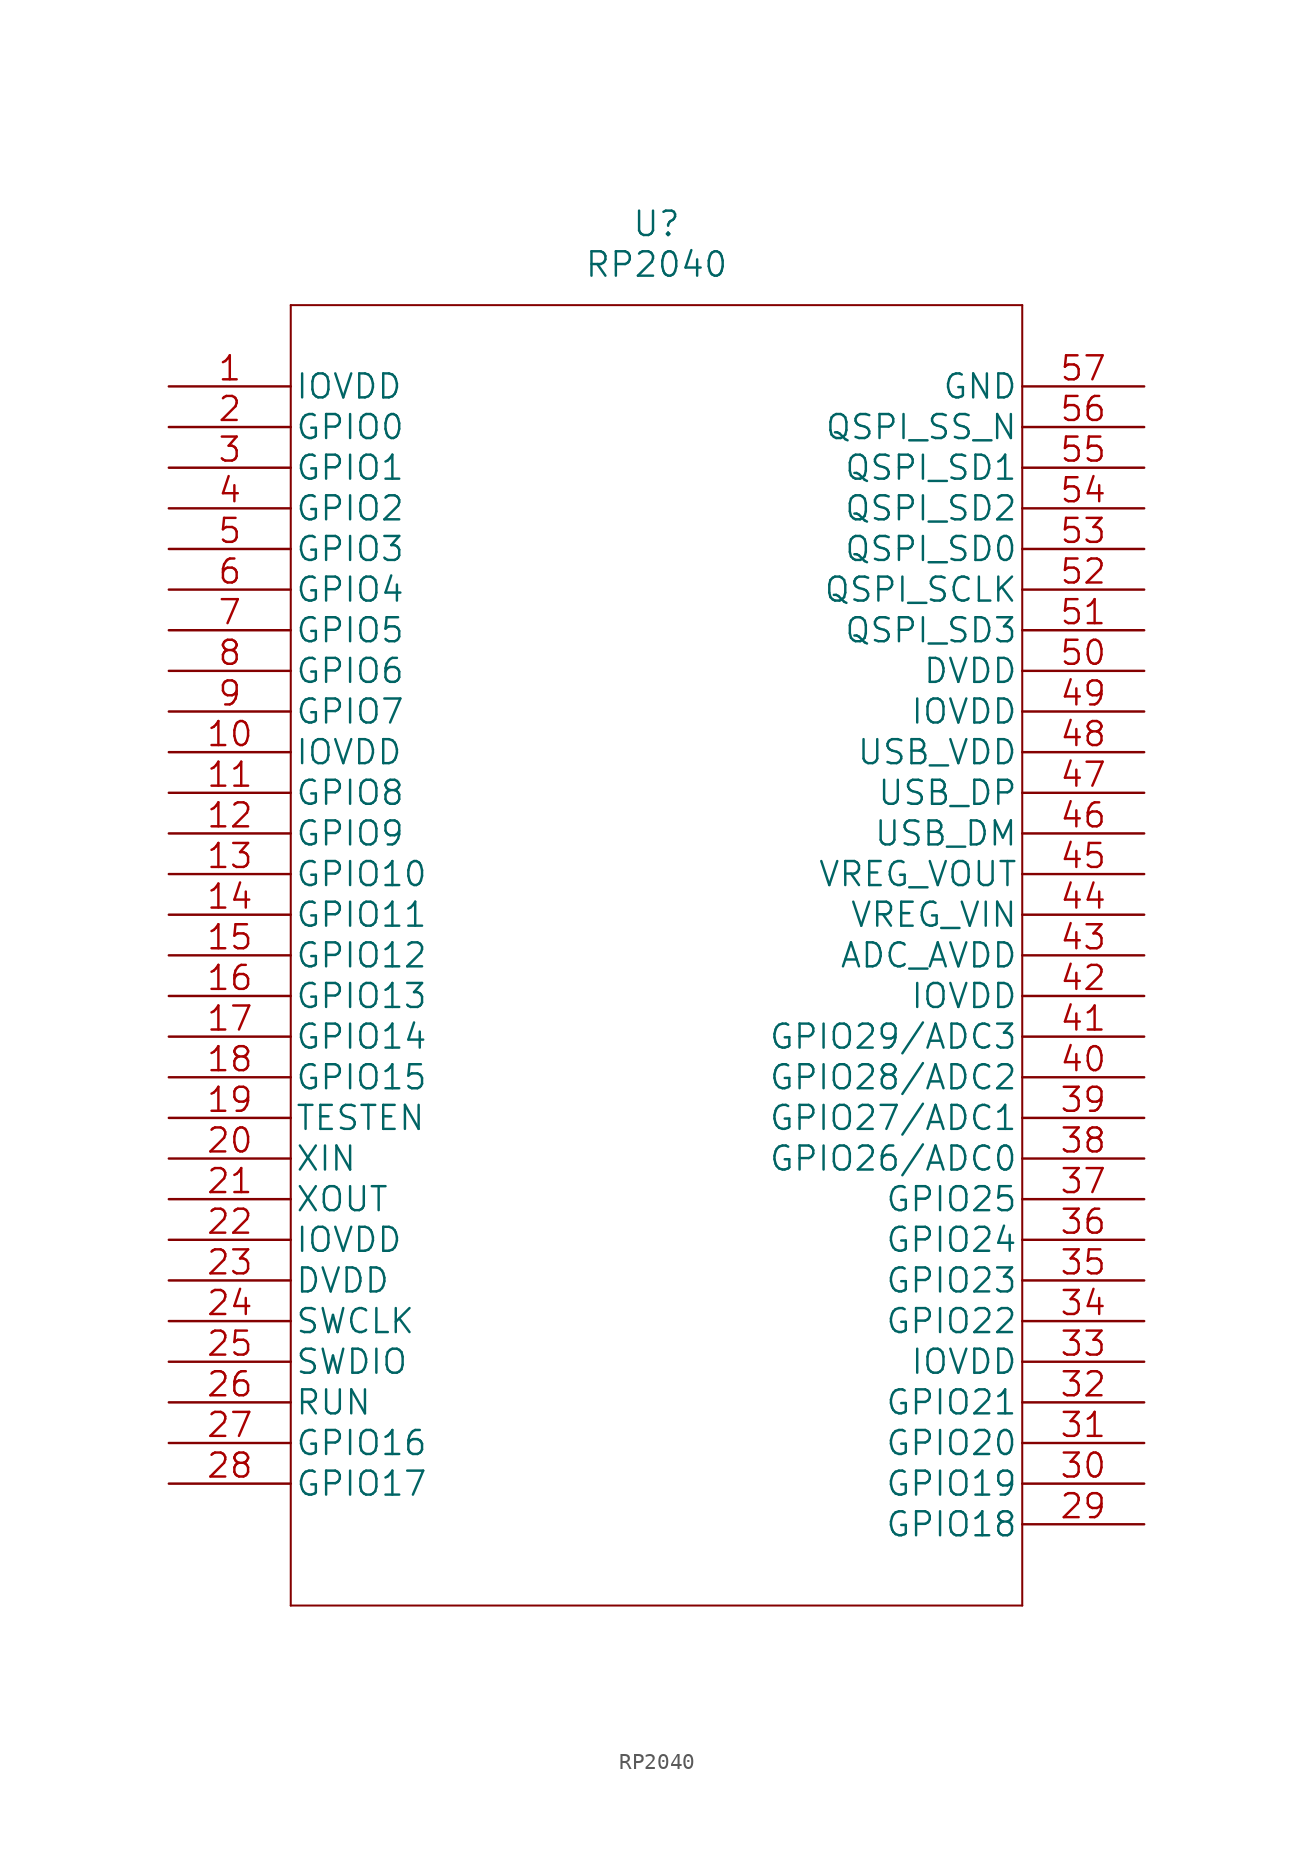
<source format=kicad_sym>
(kicad_symbol_lib
  (version 20211014)
  (generator kicad_symbol_editor)
  (symbol "RP2040"
    (pin_names
      (offset 0.254))
    (property "Reference" "U"
      (at 30.48 10.16 0)
      (effects (font (size 1.524 1.524))))
    (property "Value" "RP2040"
      (at 30.48 7.62 0)
      (effects (font (size 1.524 1.524))))
    (property "Datasheet" ""
      (at 0 0 0)
      (effects (font (size 1.524 1.524))))
    (property "ki_locked" ""
      (at 0 0 0)
      (effects (font (size 1.27 1.27))))
    (symbol "RP2040_1_1"
      (polyline (pts (xy 7.62 -76.2) (xy 53.34 -76.2)) (stroke (width 0.127) (type default) (color 0 0 0 0)) (fill (type none)))
      (polyline (pts (xy 7.62 5.08) (xy 7.62 -76.2)) (stroke (width 0.127) (type default) (color 0 0 0 0)) (fill (type none)))
      (polyline (pts (xy 53.34 -76.2) (xy 53.34 5.08)) (stroke (width 0.127) (type default) (color 0 0 0 0)) (fill (type none)))
      (polyline (pts (xy 53.34 5.08) (xy 7.62 5.08)) (stroke (width 0.127) (type default) (color 0 0 0 0)) (fill (type none)))
      (pin power_in line (at 0 0 0) (length 7.62) (name "IOVDD" (effects (font (size 1.499 1.499)))) (number "1" (effects (font (size 1.499 1.499)))))
      (pin power_in line (at 0 -22.86 0) (length 7.62) (name "IOVDD" (effects (font (size 1.499 1.499)))) (number "10" (effects (font (size 1.499 1.499)))))
      (pin bidirectional line (at 0 -25.4 0) (length 7.62) (name "GPIO8" (effects (font (size 1.499 1.499)))) (number "11" (effects (font (size 1.499 1.499)))))
      (pin bidirectional line (at 0 -27.94 0) (length 7.62) (name "GPIO9" (effects (font (size 1.499 1.499)))) (number "12" (effects (font (size 1.499 1.499)))))
      (pin bidirectional line (at 0 -30.48 0) (length 7.62) (name "GPIO10" (effects (font (size 1.499 1.499)))) (number "13" (effects (font (size 1.499 1.499)))))
      (pin bidirectional line (at 0 -33.02 0) (length 7.62) (name "GPIO11" (effects (font (size 1.499 1.499)))) (number "14" (effects (font (size 1.499 1.499)))))
      (pin bidirectional line (at 0 -35.56 0) (length 7.62) (name "GPIO12" (effects (font (size 1.499 1.499)))) (number "15" (effects (font (size 1.499 1.499)))))
      (pin bidirectional line (at 0 -38.1 0) (length 7.62) (name "GPIO13" (effects (font (size 1.499 1.499)))) (number "16" (effects (font (size 1.499 1.499)))))
      (pin bidirectional line (at 0 -40.64 0) (length 7.62) (name "GPIO14" (effects (font (size 1.499 1.499)))) (number "17" (effects (font (size 1.499 1.499)))))
      (pin bidirectional line (at 0 -43.18 0) (length 7.62) (name "GPIO15" (effects (font (size 1.499 1.499)))) (number "18" (effects (font (size 1.499 1.499)))))
      (pin input line (at 0 -45.72 0) (length 7.62) (name "TESTEN" (effects (font (size 1.499 1.499)))) (number "19" (effects (font (size 1.499 1.499)))))
      (pin bidirectional line (at 0 -2.54 0) (length 7.62) (name "GPIO0" (effects (font (size 1.499 1.499)))) (number "2" (effects (font (size 1.499 1.499)))))
      (pin input line (at 0 -48.26 0) (length 7.62) (name "XIN" (effects (font (size 1.499 1.499)))) (number "20" (effects (font (size 1.499 1.499)))))
      (pin output line (at 0 -50.8 0) (length 7.62) (name "XOUT" (effects (font (size 1.499 1.499)))) (number "21" (effects (font (size 1.499 1.499)))))
      (pin power_in line (at 0 -53.34 0) (length 7.62) (name "IOVDD" (effects (font (size 1.499 1.499)))) (number "22" (effects (font (size 1.499 1.499)))))
      (pin power_in line (at 0 -55.88 0) (length 7.62) (name "DVDD" (effects (font (size 1.499 1.499)))) (number "23" (effects (font (size 1.499 1.499)))))
      (pin input line (at 0 -58.42 0) (length 7.62) (name "SWCLK" (effects (font (size 1.499 1.499)))) (number "24" (effects (font (size 1.499 1.499)))))
      (pin bidirectional line (at 0 -60.96 0) (length 7.62) (name "SWDIO" (effects (font (size 1.499 1.499)))) (number "25" (effects (font (size 1.499 1.499)))))
      (pin input line (at 0 -63.5 0) (length 7.62) (name "RUN" (effects (font (size 1.499 1.499)))) (number "26" (effects (font (size 1.499 1.499)))))
      (pin bidirectional line (at 0 -66.04 0) (length 7.62) (name "GPIO16" (effects (font (size 1.499 1.499)))) (number "27" (effects (font (size 1.499 1.499)))))
      (pin bidirectional line (at 0 -68.58 0) (length 7.62) (name "GPIO17" (effects (font (size 1.499 1.499)))) (number "28" (effects (font (size 1.499 1.499)))))
      (pin bidirectional line (at 60.96 -71.12 180) (length 7.62) (name "GPIO18" (effects (font (size 1.499 1.499)))) (number "29" (effects (font (size 1.499 1.499)))))
      (pin bidirectional line (at 0 -5.08 0) (length 7.62) (name "GPIO1" (effects (font (size 1.499 1.499)))) (number "3" (effects (font (size 1.499 1.499)))))
      (pin bidirectional line (at 60.96 -68.58 180) (length 7.62) (name "GPIO19" (effects (font (size 1.499 1.499)))) (number "30" (effects (font (size 1.499 1.499)))))
      (pin bidirectional line (at 60.96 -66.04 180) (length 7.62) (name "GPIO20" (effects (font (size 1.499 1.499)))) (number "31" (effects (font (size 1.499 1.499)))))
      (pin bidirectional line (at 60.96 -63.5 180) (length 7.62) (name "GPIO21" (effects (font (size 1.499 1.499)))) (number "32" (effects (font (size 1.499 1.499)))))
      (pin power_in line (at 60.96 -60.96 180) (length 7.62) (name "IOVDD" (effects (font (size 1.499 1.499)))) (number "33" (effects (font (size 1.499 1.499)))))
      (pin bidirectional line (at 60.96 -58.42 180) (length 7.62) (name "GPIO22" (effects (font (size 1.499 1.499)))) (number "34" (effects (font (size 1.499 1.499)))))
      (pin bidirectional line (at 60.96 -55.88 180) (length 7.62) (name "GPIO23" (effects (font (size 1.499 1.499)))) (number "35" (effects (font (size 1.499 1.499)))))
      (pin bidirectional line (at 60.96 -53.34 180) (length 7.62) (name "GPIO24" (effects (font (size 1.499 1.499)))) (number "36" (effects (font (size 1.499 1.499)))))
      (pin bidirectional line (at 60.96 -50.8 180) (length 7.62) (name "GPIO25" (effects (font (size 1.499 1.499)))) (number "37" (effects (font (size 1.499 1.499)))))
      (pin bidirectional line (at 60.96 -48.26 180) (length 7.62) (name "GPIO26/ADC0" (effects (font (size 1.499 1.499)))) (number "38" (effects (font (size 1.499 1.499)))))
      (pin bidirectional line (at 60.96 -45.72 180) (length 7.62) (name "GPIO27/ADC1" (effects (font (size 1.499 1.499)))) (number "39" (effects (font (size 1.499 1.499)))))
      (pin bidirectional line (at 0 -7.62 0) (length 7.62) (name "GPIO2" (effects (font (size 1.499 1.499)))) (number "4" (effects (font (size 1.499 1.499)))))
      (pin bidirectional line (at 60.96 -43.18 180) (length 7.62) (name "GPIO28/ADC2" (effects (font (size 1.499 1.499)))) (number "40" (effects (font (size 1.499 1.499)))))
      (pin bidirectional line (at 60.96 -40.64 180) (length 7.62) (name "GPIO29/ADC3" (effects (font (size 1.499 1.499)))) (number "41" (effects (font (size 1.499 1.499)))))
      (pin power_in line (at 60.96 -38.1 180) (length 7.62) (name "IOVDD" (effects (font (size 1.499 1.499)))) (number "42" (effects (font (size 1.499 1.499)))))
      (pin power_in line (at 60.96 -35.56 180) (length 7.62) (name "ADC_AVDD" (effects (font (size 1.499 1.499)))) (number "43" (effects (font (size 1.499 1.499)))))
      (pin power_in line (at 60.96 -33.02 180) (length 7.62) (name "VREG_VIN" (effects (font (size 1.499 1.499)))) (number "44" (effects (font (size 1.499 1.499)))))
      (pin power_out line (at 60.96 -30.48 180) (length 7.62) (name "VREG_VOUT" (effects (font (size 1.499 1.499)))) (number "45" (effects (font (size 1.499 1.499)))))
      (pin bidirectional line (at 60.96 -27.94 180) (length 7.62) (name "USB_DM" (effects (font (size 1.499 1.499)))) (number "46" (effects (font (size 1.499 1.499)))))
      (pin bidirectional line (at 60.96 -25.4 180) (length 7.62) (name "USB_DP" (effects (font (size 1.499 1.499)))) (number "47" (effects (font (size 1.499 1.499)))))
      (pin power_in line (at 60.96 -22.86 180) (length 7.62) (name "USB_VDD" (effects (font (size 1.499 1.499)))) (number "48" (effects (font (size 1.499 1.499)))))
      (pin power_in line (at 60.96 -20.32 180) (length 7.62) (name "IOVDD" (effects (font (size 1.499 1.499)))) (number "49" (effects (font (size 1.499 1.499)))))
      (pin bidirectional line (at 0 -10.16 0) (length 7.62) (name "GPIO3" (effects (font (size 1.499 1.499)))) (number "5" (effects (font (size 1.499 1.499)))))
      (pin power_in line (at 60.96 -17.78 180) (length 7.62) (name "DVDD" (effects (font (size 1.499 1.499)))) (number "50" (effects (font (size 1.499 1.499)))))
      (pin bidirectional line (at 60.96 -15.24 180) (length 7.62) (name "QSPI_SD3" (effects (font (size 1.499 1.499)))) (number "51" (effects (font (size 1.499 1.499)))))
      (pin bidirectional line (at 60.96 -12.7 180) (length 7.62) (name "QSPI_SCLK" (effects (font (size 1.499 1.499)))) (number "52" (effects (font (size 1.499 1.499)))))
      (pin bidirectional line (at 60.96 -10.16 180) (length 7.62) (name "QSPI_SD0" (effects (font (size 1.499 1.499)))) (number "53" (effects (font (size 1.499 1.499)))))
      (pin bidirectional line (at 60.96 -7.62 180) (length 7.62) (name "QSPI_SD2" (effects (font (size 1.499 1.499)))) (number "54" (effects (font (size 1.499 1.499)))))
      (pin bidirectional line (at 60.96 -5.08 180) (length 7.62) (name "QSPI_SD1" (effects (font (size 1.499 1.499)))) (number "55" (effects (font (size 1.499 1.499)))))
      (pin bidirectional line (at 60.96 -2.54 180) (length 7.62) (name "QSPI_SS_N" (effects (font (size 1.499 1.499)))) (number "56" (effects (font (size 1.499 1.499)))))
      (pin power_in line (at 60.96 0 180) (length 7.62) (name "GND" (effects (font (size 1.499 1.499)))) (number "57" (effects (font (size 1.499 1.499)))))
      (pin bidirectional line (at 0 -12.7 0) (length 7.62) (name "GPIO4" (effects (font (size 1.499 1.499)))) (number "6" (effects (font (size 1.499 1.499)))))
      (pin bidirectional line (at 0 -15.24 0) (length 7.62) (name "GPIO5" (effects (font (size 1.499 1.499)))) (number "7" (effects (font (size 1.499 1.499)))))
      (pin bidirectional line (at 0 -17.78 0) (length 7.62) (name "GPIO6" (effects (font (size 1.499 1.499)))) (number "8" (effects (font (size 1.499 1.499)))))
      (pin bidirectional line (at 0 -20.32 0) (length 7.62) (name "GPIO7" (effects (font (size 1.499 1.499)))) (number "9" (effects (font (size 1.499 1.499))))))))
</source>
